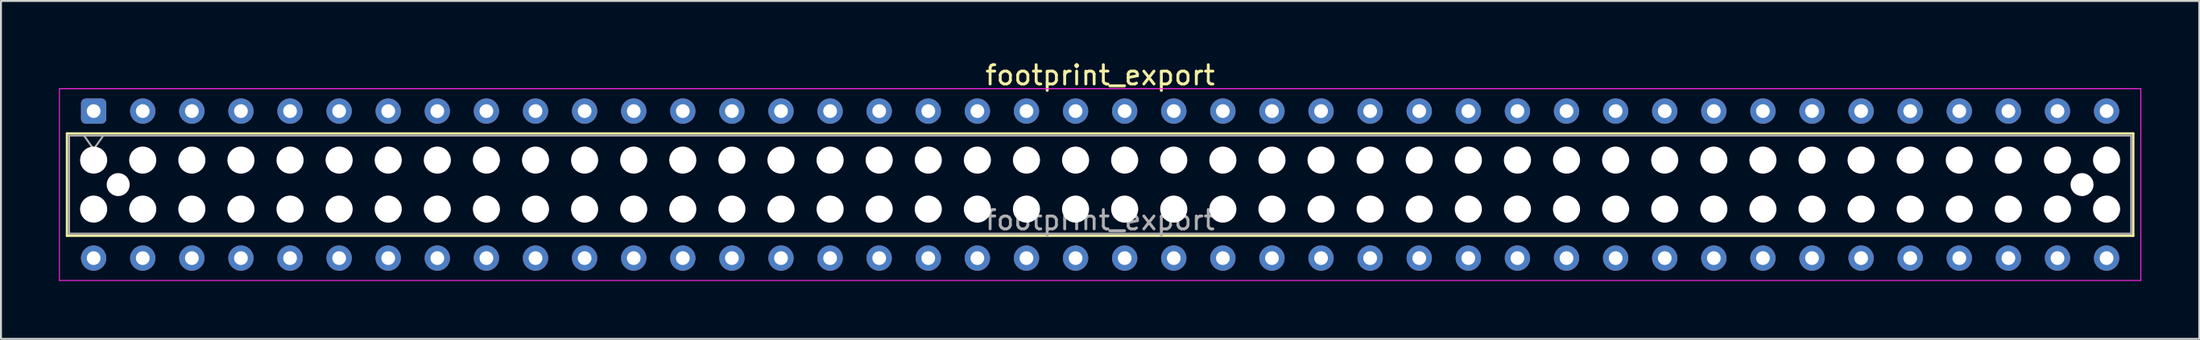
<source format=kicad_pcb>
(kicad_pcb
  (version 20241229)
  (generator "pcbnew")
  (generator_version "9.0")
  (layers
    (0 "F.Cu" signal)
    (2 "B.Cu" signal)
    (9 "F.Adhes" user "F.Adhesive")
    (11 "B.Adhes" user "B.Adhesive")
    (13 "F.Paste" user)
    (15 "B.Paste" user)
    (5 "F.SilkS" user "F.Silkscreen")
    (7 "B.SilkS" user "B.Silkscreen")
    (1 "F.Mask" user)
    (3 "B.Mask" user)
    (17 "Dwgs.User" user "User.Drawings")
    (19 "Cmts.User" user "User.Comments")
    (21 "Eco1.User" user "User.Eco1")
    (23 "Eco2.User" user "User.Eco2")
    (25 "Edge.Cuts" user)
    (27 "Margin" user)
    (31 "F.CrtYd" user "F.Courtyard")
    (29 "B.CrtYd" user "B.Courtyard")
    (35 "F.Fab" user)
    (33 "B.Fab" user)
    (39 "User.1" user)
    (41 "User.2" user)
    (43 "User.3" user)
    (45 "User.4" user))
  (footprint "footprint_export"
    (layer "F.Cu")
    (at 1.795 2.708)
    (property "Reference" "footprint_export" (at 52.07 -1.86 0) (layer "F.SilkS") (effects (font (size 1 1) (thickness 0.15))))
    (attr through_hole)
    (fp_line (start -1.38 1.16) (end 105.52 1.16) (stroke (width 0.12) (type solid)) (layer "F.SilkS"))
    (fp_line (start -1.38 6.46) (end -1.38 1.16) (stroke (width 0.12) (type solid)) (layer "F.SilkS"))
    (fp_line (start 105.52 1.16) (end 105.52 6.46) (stroke (width 0.12) (type solid)) (layer "F.SilkS"))
    (fp_line (start 105.52 6.46) (end -1.38 6.46) (stroke (width 0.12) (type solid)) (layer "F.SilkS"))
    (fp_line (start -1.77 -1.16) (end 105.91 -1.16) (stroke (width 0.05) (type solid)) (layer "F.CrtYd"))
    (fp_line (start -1.77 8.78) (end -1.77 -1.16) (stroke (width 0.05) (type solid)) (layer "F.CrtYd"))
    (fp_line (start 105.91 -1.16) (end 105.91 8.78) (stroke (width 0.05) (type solid)) (layer "F.CrtYd"))
    (fp_line (start 105.91 8.78) (end -1.77 8.78) (stroke (width 0.05) (type solid)) (layer "F.CrtYd"))
    (fp_line (start -1.27 1.27) (end 105.41 1.27) (stroke (width 0.1) (type solid)) (layer "F.Fab"))
    (fp_line (start -1.27 6.35) (end -1.27 1.27) (stroke (width 0.1) (type solid)) (layer "F.Fab"))
    (fp_line (start -0.5 1.27) (end 0 1.977) (stroke (width 0.1) (type solid)) (layer "F.Fab"))
    (fp_line (start 0 1.977) (end 0.5 1.27) (stroke (width 0.1) (type solid)) (layer "F.Fab"))
    (fp_line (start 105.41 1.27) (end 105.41 6.35) (stroke (width 0.1) (type solid)) (layer "F.Fab"))
    (fp_line (start 105.41 6.35) (end -1.27 6.35) (stroke (width 0.1) (type solid)) (layer "F.Fab"))
    (fp_text user "${REFERENCE}" (at 52.07 5.65 0) (layer "F.Fab") (effects (font (size 1 1) (thickness 0.15))))
    (pad "" np_thru_hole circle (at 0 2.54) (size 1.4 1.4) (drill 1.4) (layers "*.Cu" "*.Mask"))
    (pad "" np_thru_hole circle (at 0 5.08) (size 1.4 1.4) (drill 1.4) (layers "*.Cu" "*.Mask"))
    (pad "" np_thru_hole circle (at 1.27 3.81) (size 1.19 1.19) (drill 1.19) (layers "*.Cu" "*.Mask"))
    (pad "" np_thru_hole circle (at 2.54 2.54) (size 1.4 1.4) (drill 1.4) (layers "*.Cu" "*.Mask"))
    (pad "" np_thru_hole circle (at 2.54 5.08) (size 1.4 1.4) (drill 1.4) (layers "*.Cu" "*.Mask"))
    (pad "" np_thru_hole circle (at 5.08 2.54) (size 1.4 1.4) (drill 1.4) (layers "*.Cu" "*.Mask"))
    (pad "" np_thru_hole circle (at 5.08 5.08) (size 1.4 1.4) (drill 1.4) (layers "*.Cu" "*.Mask"))
    (pad "" np_thru_hole circle (at 7.62 2.54) (size 1.4 1.4) (drill 1.4) (layers "*.Cu" "*.Mask"))
    (pad "" np_thru_hole circle (at 7.62 5.08) (size 1.4 1.4) (drill 1.4) (layers "*.Cu" "*.Mask"))
    (pad "" np_thru_hole circle (at 10.16 2.54) (size 1.4 1.4) (drill 1.4) (layers "*.Cu" "*.Mask"))
    (pad "" np_thru_hole circle (at 10.16 5.08) (size 1.4 1.4) (drill 1.4) (layers "*.Cu" "*.Mask"))
    (pad "" np_thru_hole circle (at 12.7 2.54) (size 1.4 1.4) (drill 1.4) (layers "*.Cu" "*.Mask"))
    (pad "" np_thru_hole circle (at 12.7 5.08) (size 1.4 1.4) (drill 1.4) (layers "*.Cu" "*.Mask"))
    (pad "" np_thru_hole circle (at 15.24 2.54) (size 1.4 1.4) (drill 1.4) (layers "*.Cu" "*.Mask"))
    (pad "" np_thru_hole circle (at 15.24 5.08) (size 1.4 1.4) (drill 1.4) (layers "*.Cu" "*.Mask"))
    (pad "" np_thru_hole circle (at 17.78 2.54) (size 1.4 1.4) (drill 1.4) (layers "*.Cu" "*.Mask"))
    (pad "" np_thru_hole circle (at 17.78 5.08) (size 1.4 1.4) (drill 1.4) (layers "*.Cu" "*.Mask"))
    (pad "" np_thru_hole circle (at 20.32 2.54) (size 1.4 1.4) (drill 1.4) (layers "*.Cu" "*.Mask"))
    (pad "" np_thru_hole circle (at 20.32 5.08) (size 1.4 1.4) (drill 1.4) (layers "*.Cu" "*.Mask"))
    (pad "" np_thru_hole circle (at 22.86 2.54) (size 1.4 1.4) (drill 1.4) (layers "*.Cu" "*.Mask"))
    (pad "" np_thru_hole circle (at 22.86 5.08) (size 1.4 1.4) (drill 1.4) (layers "*.Cu" "*.Mask"))
    (pad "" np_thru_hole circle (at 25.4 2.54) (size 1.4 1.4) (drill 1.4) (layers "*.Cu" "*.Mask"))
    (pad "" np_thru_hole circle (at 25.4 5.08) (size 1.4 1.4) (drill 1.4) (layers "*.Cu" "*.Mask"))
    (pad "" np_thru_hole circle (at 27.94 2.54) (size 1.4 1.4) (drill 1.4) (layers "*.Cu" "*.Mask"))
    (pad "" np_thru_hole circle (at 27.94 5.08) (size 1.4 1.4) (drill 1.4) (layers "*.Cu" "*.Mask"))
    (pad "" np_thru_hole circle (at 30.48 2.54) (size 1.4 1.4) (drill 1.4) (layers "*.Cu" "*.Mask"))
    (pad "" np_thru_hole circle (at 30.48 5.08) (size 1.4 1.4) (drill 1.4) (layers "*.Cu" "*.Mask"))
    (pad "" np_thru_hole circle (at 33.02 2.54) (size 1.4 1.4) (drill 1.4) (layers "*.Cu" "*.Mask"))
    (pad "" np_thru_hole circle (at 33.02 5.08) (size 1.4 1.4) (drill 1.4) (layers "*.Cu" "*.Mask"))
    (pad "" np_thru_hole circle (at 35.56 2.54) (size 1.4 1.4) (drill 1.4) (layers "*.Cu" "*.Mask"))
    (pad "" np_thru_hole circle (at 35.56 5.08) (size 1.4 1.4) (drill 1.4) (layers "*.Cu" "*.Mask"))
    (pad "" np_thru_hole circle (at 38.1 2.54) (size 1.4 1.4) (drill 1.4) (layers "*.Cu" "*.Mask"))
    (pad "" np_thru_hole circle (at 38.1 5.08) (size 1.4 1.4) (drill 1.4) (layers "*.Cu" "*.Mask"))
    (pad "" np_thru_hole circle (at 40.64 2.54) (size 1.4 1.4) (drill 1.4) (layers "*.Cu" "*.Mask"))
    (pad "" np_thru_hole circle (at 40.64 5.08) (size 1.4 1.4) (drill 1.4) (layers "*.Cu" "*.Mask"))
    (pad "" np_thru_hole circle (at 43.18 2.54) (size 1.4 1.4) (drill 1.4) (layers "*.Cu" "*.Mask"))
    (pad "" np_thru_hole circle (at 43.18 5.08) (size 1.4 1.4) (drill 1.4) (layers "*.Cu" "*.Mask"))
    (pad "" np_thru_hole circle (at 45.72 2.54) (size 1.4 1.4) (drill 1.4) (layers "*.Cu" "*.Mask"))
    (pad "" np_thru_hole circle (at 45.72 5.08) (size 1.4 1.4) (drill 1.4) (layers "*.Cu" "*.Mask"))
    (pad "" np_thru_hole circle (at 48.26 2.54) (size 1.4 1.4) (drill 1.4) (layers "*.Cu" "*.Mask"))
    (pad "" np_thru_hole circle (at 48.26 5.08) (size 1.4 1.4) (drill 1.4) (layers "*.Cu" "*.Mask"))
    (pad "" np_thru_hole circle (at 50.8 2.54) (size 1.4 1.4) (drill 1.4) (layers "*.Cu" "*.Mask"))
    (pad "" np_thru_hole circle (at 50.8 5.08) (size 1.4 1.4) (drill 1.4) (layers "*.Cu" "*.Mask"))
    (pad "" np_thru_hole circle (at 53.34 2.54) (size 1.4 1.4) (drill 1.4) (layers "*.Cu" "*.Mask"))
    (pad "" np_thru_hole circle (at 53.34 5.08) (size 1.4 1.4) (drill 1.4) (layers "*.Cu" "*.Mask"))
    (pad "" np_thru_hole circle (at 55.88 2.54) (size 1.4 1.4) (drill 1.4) (layers "*.Cu" "*.Mask"))
    (pad "" np_thru_hole circle (at 55.88 5.08) (size 1.4 1.4) (drill 1.4) (layers "*.Cu" "*.Mask"))
    (pad "" np_thru_hole circle (at 58.42 2.54) (size 1.4 1.4) (drill 1.4) (layers "*.Cu" "*.Mask"))
    (pad "" np_thru_hole circle (at 58.42 5.08) (size 1.4 1.4) (drill 1.4) (layers "*.Cu" "*.Mask"))
    (pad "" np_thru_hole circle (at 60.96 2.54) (size 1.4 1.4) (drill 1.4) (layers "*.Cu" "*.Mask"))
    (pad "" np_thru_hole circle (at 60.96 5.08) (size 1.4 1.4) (drill 1.4) (layers "*.Cu" "*.Mask"))
    (pad "" np_thru_hole circle (at 63.5 2.54) (size 1.4 1.4) (drill 1.4) (layers "*.Cu" "*.Mask"))
    (pad "" np_thru_hole circle (at 63.5 5.08) (size 1.4 1.4) (drill 1.4) (layers "*.Cu" "*.Mask"))
    (pad "" np_thru_hole circle (at 66.04 2.54) (size 1.4 1.4) (drill 1.4) (layers "*.Cu" "*.Mask"))
    (pad "" np_thru_hole circle (at 66.04 5.08) (size 1.4 1.4) (drill 1.4) (layers "*.Cu" "*.Mask"))
    (pad "" np_thru_hole circle (at 68.58 2.54) (size 1.4 1.4) (drill 1.4) (layers "*.Cu" "*.Mask"))
    (pad "" np_thru_hole circle (at 68.58 5.08) (size 1.4 1.4) (drill 1.4) (layers "*.Cu" "*.Mask"))
    (pad "" np_thru_hole circle (at 71.12 2.54) (size 1.4 1.4) (drill 1.4) (layers "*.Cu" "*.Mask"))
    (pad "" np_thru_hole circle (at 71.12 5.08) (size 1.4 1.4) (drill 1.4) (layers "*.Cu" "*.Mask"))
    (pad "" np_thru_hole circle (at 73.66 2.54) (size 1.4 1.4) (drill 1.4) (layers "*.Cu" "*.Mask"))
    (pad "" np_thru_hole circle (at 73.66 5.08) (size 1.4 1.4) (drill 1.4) (layers "*.Cu" "*.Mask"))
    (pad "" np_thru_hole circle (at 76.2 2.54) (size 1.4 1.4) (drill 1.4) (layers "*.Cu" "*.Mask"))
    (pad "" np_thru_hole circle (at 76.2 5.08) (size 1.4 1.4) (drill 1.4) (layers "*.Cu" "*.Mask"))
    (pad "" np_thru_hole circle (at 78.74 2.54) (size 1.4 1.4) (drill 1.4) (layers "*.Cu" "*.Mask"))
    (pad "" np_thru_hole circle (at 78.74 5.08) (size 1.4 1.4) (drill 1.4) (layers "*.Cu" "*.Mask"))
    (pad "" np_thru_hole circle (at 81.28 2.54) (size 1.4 1.4) (drill 1.4) (layers "*.Cu" "*.Mask"))
    (pad "" np_thru_hole circle (at 81.28 5.08) (size 1.4 1.4) (drill 1.4) (layers "*.Cu" "*.Mask"))
    (pad "" np_thru_hole circle (at 83.82 2.54) (size 1.4 1.4) (drill 1.4) (layers "*.Cu" "*.Mask"))
    (pad "" np_thru_hole circle (at 83.82 5.08) (size 1.4 1.4) (drill 1.4) (layers "*.Cu" "*.Mask"))
    (pad "" np_thru_hole circle (at 86.36 2.54) (size 1.4 1.4) (drill 1.4) (layers "*.Cu" "*.Mask"))
    (pad "" np_thru_hole circle (at 86.36 5.08) (size 1.4 1.4) (drill 1.4) (layers "*.Cu" "*.Mask"))
    (pad "" np_thru_hole circle (at 88.9 2.54) (size 1.4 1.4) (drill 1.4) (layers "*.Cu" "*.Mask"))
    (pad "" np_thru_hole circle (at 88.9 5.08) (size 1.4 1.4) (drill 1.4) (layers "*.Cu" "*.Mask"))
    (pad "" np_thru_hole circle (at 91.44 2.54) (size 1.4 1.4) (drill 1.4) (layers "*.Cu" "*.Mask"))
    (pad "" np_thru_hole circle (at 91.44 5.08) (size 1.4 1.4) (drill 1.4) (layers "*.Cu" "*.Mask"))
    (pad "" np_thru_hole circle (at 93.98 2.54) (size 1.4 1.4) (drill 1.4) (layers "*.Cu" "*.Mask"))
    (pad "" np_thru_hole circle (at 93.98 5.08) (size 1.4 1.4) (drill 1.4) (layers "*.Cu" "*.Mask"))
    (pad "" np_thru_hole circle (at 96.52 2.54) (size 1.4 1.4) (drill 1.4) (layers "*.Cu" "*.Mask"))
    (pad "" np_thru_hole circle (at 96.52 5.08) (size 1.4 1.4) (drill 1.4) (layers "*.Cu" "*.Mask"))
    (pad "" np_thru_hole circle (at 99.06 2.54) (size 1.4 1.4) (drill 1.4) (layers "*.Cu" "*.Mask"))
    (pad "" np_thru_hole circle (at 99.06 5.08) (size 1.4 1.4) (drill 1.4) (layers "*.Cu" "*.Mask"))
    (pad "" np_thru_hole circle (at 101.6 2.54) (size 1.4 1.4) (drill 1.4) (layers "*.Cu" "*.Mask"))
    (pad "" np_thru_hole circle (at 101.6 5.08) (size 1.4 1.4) (drill 1.4) (layers "*.Cu" "*.Mask"))
    (pad "" np_thru_hole circle (at 102.87 3.81) (size 1.19 1.19) (drill 1.19) (layers "*.Cu" "*.Mask"))
    (pad "" np_thru_hole circle (at 104.14 2.54) (size 1.4 1.4) (drill 1.4) (layers "*.Cu" "*.Mask"))
    (pad "" np_thru_hole circle (at 104.14 5.08) (size 1.4 1.4) (drill 1.4) (layers "*.Cu" "*.Mask"))
    (pad "1" thru_hole roundrect (at 0 0) (size 1.31 1.31) (drill 0.71) (layers "*.Cu" "*.Mask") (roundrect_rratio 0.191))
    (pad "2" thru_hole circle (at 0 7.62) (size 1.31 1.31) (drill 0.71) (layers "*.Cu" "*.Mask"))
    (pad "3" thru_hole circle (at 2.54 0) (size 1.31 1.31) (drill 0.71) (layers "*.Cu" "*.Mask"))
    (pad "4" thru_hole circle (at 2.54 7.62) (size 1.31 1.31) (drill 0.71) (layers "*.Cu" "*.Mask"))
    (pad "5" thru_hole circle (at 5.08 0) (size 1.31 1.31) (drill 0.71) (layers "*.Cu" "*.Mask"))
    (pad "6" thru_hole circle (at 5.08 7.62) (size 1.31 1.31) (drill 0.71) (layers "*.Cu" "*.Mask"))
    (pad "7" thru_hole circle (at 7.62 0) (size 1.31 1.31) (drill 0.71) (layers "*.Cu" "*.Mask"))
    (pad "8" thru_hole circle (at 7.62 7.62) (size 1.31 1.31) (drill 0.71) (layers "*.Cu" "*.Mask"))
    (pad "9" thru_hole circle (at 10.16 0) (size 1.31 1.31) (drill 0.71) (layers "*.Cu" "*.Mask"))
    (pad "10" thru_hole circle (at 10.16 7.62) (size 1.31 1.31) (drill 0.71) (layers "*.Cu" "*.Mask"))
    (pad "11" thru_hole circle (at 12.7 0) (size 1.31 1.31) (drill 0.71) (layers "*.Cu" "*.Mask"))
    (pad "12" thru_hole circle (at 12.7 7.62) (size 1.31 1.31) (drill 0.71) (layers "*.Cu" "*.Mask"))
    (pad "13" thru_hole circle (at 15.24 0) (size 1.31 1.31) (drill 0.71) (layers "*.Cu" "*.Mask"))
    (pad "14" thru_hole circle (at 15.24 7.62) (size 1.31 1.31) (drill 0.71) (layers "*.Cu" "*.Mask"))
    (pad "15" thru_hole circle (at 17.78 0) (size 1.31 1.31) (drill 0.71) (layers "*.Cu" "*.Mask"))
    (pad "16" thru_hole circle (at 17.78 7.62) (size 1.31 1.31) (drill 0.71) (layers "*.Cu" "*.Mask"))
    (pad "17" thru_hole circle (at 20.32 0) (size 1.31 1.31) (drill 0.71) (layers "*.Cu" "*.Mask"))
    (pad "18" thru_hole circle (at 20.32 7.62) (size 1.31 1.31) (drill 0.71) (layers "*.Cu" "*.Mask"))
    (pad "19" thru_hole circle (at 22.86 0) (size 1.31 1.31) (drill 0.71) (layers "*.Cu" "*.Mask"))
    (pad "20" thru_hole circle (at 22.86 7.62) (size 1.31 1.31) (drill 0.71) (layers "*.Cu" "*.Mask"))
    (pad "21" thru_hole circle (at 25.4 0) (size 1.31 1.31) (drill 0.71) (layers "*.Cu" "*.Mask"))
    (pad "22" thru_hole circle (at 25.4 7.62) (size 1.31 1.31) (drill 0.71) (layers "*.Cu" "*.Mask"))
    (pad "23" thru_hole circle (at 27.94 0) (size 1.31 1.31) (drill 0.71) (layers "*.Cu" "*.Mask"))
    (pad "24" thru_hole circle (at 27.94 7.62) (size 1.31 1.31) (drill 0.71) (layers "*.Cu" "*.Mask"))
    (pad "25" thru_hole circle (at 30.48 0) (size 1.31 1.31) (drill 0.71) (layers "*.Cu" "*.Mask"))
    (pad "26" thru_hole circle (at 30.48 7.62) (size 1.31 1.31) (drill 0.71) (layers "*.Cu" "*.Mask"))
    (pad "27" thru_hole circle (at 33.02 0) (size 1.31 1.31) (drill 0.71) (layers "*.Cu" "*.Mask"))
    (pad "28" thru_hole circle (at 33.02 7.62) (size 1.31 1.31) (drill 0.71) (layers "*.Cu" "*.Mask"))
    (pad "29" thru_hole circle (at 35.56 0) (size 1.31 1.31) (drill 0.71) (layers "*.Cu" "*.Mask"))
    (pad "30" thru_hole circle (at 35.56 7.62) (size 1.31 1.31) (drill 0.71) (layers "*.Cu" "*.Mask"))
    (pad "31" thru_hole circle (at 38.1 0) (size 1.31 1.31) (drill 0.71) (layers "*.Cu" "*.Mask"))
    (pad "32" thru_hole circle (at 38.1 7.62) (size 1.31 1.31) (drill 0.71) (layers "*.Cu" "*.Mask"))
    (pad "33" thru_hole circle (at 40.64 0) (size 1.31 1.31) (drill 0.71) (layers "*.Cu" "*.Mask"))
    (pad "34" thru_hole circle (at 40.64 7.62) (size 1.31 1.31) (drill 0.71) (layers "*.Cu" "*.Mask"))
    (pad "35" thru_hole circle (at 43.18 0) (size 1.31 1.31) (drill 0.71) (layers "*.Cu" "*.Mask"))
    (pad "36" thru_hole circle (at 43.18 7.62) (size 1.31 1.31) (drill 0.71) (layers "*.Cu" "*.Mask"))
    (pad "37" thru_hole circle (at 45.72 0) (size 1.31 1.31) (drill 0.71) (layers "*.Cu" "*.Mask"))
    (pad "38" thru_hole circle (at 45.72 7.62) (size 1.31 1.31) (drill 0.71) (layers "*.Cu" "*.Mask"))
    (pad "39" thru_hole circle (at 48.26 0) (size 1.31 1.31) (drill 0.71) (layers "*.Cu" "*.Mask"))
    (pad "40" thru_hole circle (at 48.26 7.62) (size 1.31 1.31) (drill 0.71) (layers "*.Cu" "*.Mask"))
    (pad "41" thru_hole circle (at 50.8 0) (size 1.31 1.31) (drill 0.71) (layers "*.Cu" "*.Mask"))
    (pad "42" thru_hole circle (at 50.8 7.62) (size 1.31 1.31) (drill 0.71) (layers "*.Cu" "*.Mask"))
    (pad "43" thru_hole circle (at 53.34 0) (size 1.31 1.31) (drill 0.71) (layers "*.Cu" "*.Mask"))
    (pad "44" thru_hole circle (at 53.34 7.62) (size 1.31 1.31) (drill 0.71) (layers "*.Cu" "*.Mask"))
    (pad "45" thru_hole circle (at 55.88 0) (size 1.31 1.31) (drill 0.71) (layers "*.Cu" "*.Mask"))
    (pad "46" thru_hole circle (at 55.88 7.62) (size 1.31 1.31) (drill 0.71) (layers "*.Cu" "*.Mask"))
    (pad "47" thru_hole circle (at 58.42 0) (size 1.31 1.31) (drill 0.71) (layers "*.Cu" "*.Mask"))
    (pad "48" thru_hole circle (at 58.42 7.62) (size 1.31 1.31) (drill 0.71) (layers "*.Cu" "*.Mask"))
    (pad "49" thru_hole circle (at 60.96 0) (size 1.31 1.31) (drill 0.71) (layers "*.Cu" "*.Mask"))
    (pad "50" thru_hole circle (at 60.96 7.62) (size 1.31 1.31) (drill 0.71) (layers "*.Cu" "*.Mask"))
    (pad "51" thru_hole circle (at 63.5 0) (size 1.31 1.31) (drill 0.71) (layers "*.Cu" "*.Mask"))
    (pad "52" thru_hole circle (at 63.5 7.62) (size 1.31 1.31) (drill 0.71) (layers "*.Cu" "*.Mask"))
    (pad "53" thru_hole circle (at 66.04 0) (size 1.31 1.31) (drill 0.71) (layers "*.Cu" "*.Mask"))
    (pad "54" thru_hole circle (at 66.04 7.62) (size 1.31 1.31) (drill 0.71) (layers "*.Cu" "*.Mask"))
    (pad "55" thru_hole circle (at 68.58 0) (size 1.31 1.31) (drill 0.71) (layers "*.Cu" "*.Mask"))
    (pad "56" thru_hole circle (at 68.58 7.62) (size 1.31 1.31) (drill 0.71) (layers "*.Cu" "*.Mask"))
    (pad "57" thru_hole circle (at 71.12 0) (size 1.31 1.31) (drill 0.71) (layers "*.Cu" "*.Mask"))
    (pad "58" thru_hole circle (at 71.12 7.62) (size 1.31 1.31) (drill 0.71) (layers "*.Cu" "*.Mask"))
    (pad "59" thru_hole circle (at 73.66 0) (size 1.31 1.31) (drill 0.71) (layers "*.Cu" "*.Mask"))
    (pad "60" thru_hole circle (at 73.66 7.62) (size 1.31 1.31) (drill 0.71) (layers "*.Cu" "*.Mask"))
    (pad "61" thru_hole circle (at 76.2 0) (size 1.31 1.31) (drill 0.71) (layers "*.Cu" "*.Mask"))
    (pad "62" thru_hole circle (at 76.2 7.62) (size 1.31 1.31) (drill 0.71) (layers "*.Cu" "*.Mask"))
    (pad "63" thru_hole circle (at 78.74 0) (size 1.31 1.31) (drill 0.71) (layers "*.Cu" "*.Mask"))
    (pad "64" thru_hole circle (at 78.74 7.62) (size 1.31 1.31) (drill 0.71) (layers "*.Cu" "*.Mask"))
    (pad "65" thru_hole circle (at 81.28 0) (size 1.31 1.31) (drill 0.71) (layers "*.Cu" "*.Mask"))
    (pad "66" thru_hole circle (at 81.28 7.62) (size 1.31 1.31) (drill 0.71) (layers "*.Cu" "*.Mask"))
    (pad "67" thru_hole circle (at 83.82 0) (size 1.31 1.31) (drill 0.71) (layers "*.Cu" "*.Mask"))
    (pad "68" thru_hole circle (at 83.82 7.62) (size 1.31 1.31) (drill 0.71) (layers "*.Cu" "*.Mask"))
    (pad "69" thru_hole circle (at 86.36 0) (size 1.31 1.31) (drill 0.71) (layers "*.Cu" "*.Mask"))
    (pad "70" thru_hole circle (at 86.36 7.62) (size 1.31 1.31) (drill 0.71) (layers "*.Cu" "*.Mask"))
    (pad "71" thru_hole circle (at 88.9 0) (size 1.31 1.31) (drill 0.71) (layers "*.Cu" "*.Mask"))
    (pad "72" thru_hole circle (at 88.9 7.62) (size 1.31 1.31) (drill 0.71) (layers "*.Cu" "*.Mask"))
    (pad "73" thru_hole circle (at 91.44 0) (size 1.31 1.31) (drill 0.71) (layers "*.Cu" "*.Mask"))
    (pad "74" thru_hole circle (at 91.44 7.62) (size 1.31 1.31) (drill 0.71) (layers "*.Cu" "*.Mask"))
    (pad "75" thru_hole circle (at 93.98 0) (size 1.31 1.31) (drill 0.71) (layers "*.Cu" "*.Mask"))
    (pad "76" thru_hole circle (at 93.98 7.62) (size 1.31 1.31) (drill 0.71) (layers "*.Cu" "*.Mask"))
    (pad "77" thru_hole circle (at 96.52 0) (size 1.31 1.31) (drill 0.71) (layers "*.Cu" "*.Mask"))
    (pad "78" thru_hole circle (at 96.52 7.62) (size 1.31 1.31) (drill 0.71) (layers "*.Cu" "*.Mask"))
    (pad "79" thru_hole circle (at 99.06 0) (size 1.31 1.31) (drill 0.71) (layers "*.Cu" "*.Mask"))
    (pad "80" thru_hole circle (at 99.06 7.62) (size 1.31 1.31) (drill 0.71) (layers "*.Cu" "*.Mask"))
    (pad "81" thru_hole circle (at 101.6 0) (size 1.31 1.31) (drill 0.71) (layers "*.Cu" "*.Mask"))
    (pad "82" thru_hole circle (at 101.6 7.62) (size 1.31 1.31) (drill 0.71) (layers "*.Cu" "*.Mask"))
    (pad "83" thru_hole circle (at 104.14 0) (size 1.31 1.31) (drill 0.71) (layers "*.Cu" "*.Mask"))
    (pad "84" thru_hole circle (at 104.14 7.62) (size 1.31 1.31) (drill 0.71) (layers "*.Cu" "*.Mask")))
  (gr_rect
    (start -3 -3)
    (end 110.73 14.513)
    (stroke (width 0.1) (type default))
    (fill no)
    (layer "Edge.Cuts")))
</source>
